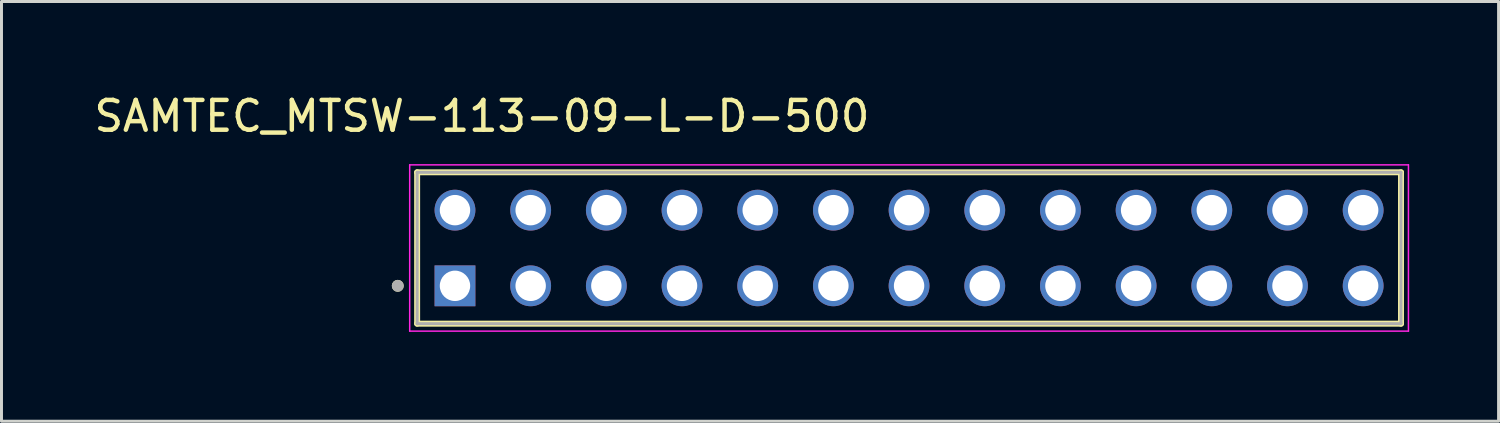
<source format=kicad_pcb>
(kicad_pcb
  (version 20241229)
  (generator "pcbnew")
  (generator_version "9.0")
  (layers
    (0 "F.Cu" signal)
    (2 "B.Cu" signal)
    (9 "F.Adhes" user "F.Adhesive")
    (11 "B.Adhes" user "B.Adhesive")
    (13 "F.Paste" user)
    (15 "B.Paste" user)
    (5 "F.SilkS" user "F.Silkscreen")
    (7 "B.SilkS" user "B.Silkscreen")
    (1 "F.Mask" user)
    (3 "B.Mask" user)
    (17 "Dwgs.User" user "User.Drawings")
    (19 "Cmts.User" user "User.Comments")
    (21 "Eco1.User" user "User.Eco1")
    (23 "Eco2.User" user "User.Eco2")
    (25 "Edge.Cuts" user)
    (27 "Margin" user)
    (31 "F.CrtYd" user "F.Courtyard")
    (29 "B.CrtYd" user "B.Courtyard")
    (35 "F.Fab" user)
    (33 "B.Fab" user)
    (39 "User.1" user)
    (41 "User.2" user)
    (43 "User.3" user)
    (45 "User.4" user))
  (footprint "SAMTEC_MTSW-113-09-L-D-500"
    (layer "F.Cu")
    (at 12.22 6.543)
    (property "Reference" "SAMTEC_MTSW-113-09-L-D-500" (at 0.905 -5.695 0) (layer "F.SilkS") (effects (font (size 1 1) (thickness 0.15))))
    (attr through_hole)
    (fp_line (start -1.27 1.27) (end -1.27 -3.81) (stroke (width 0.2) (type solid)) (layer "F.SilkS"))
    (fp_line (start 31.75 -3.81) (end -1.27 -3.81) (stroke (width 0.2) (type solid)) (layer "F.SilkS"))
    (fp_line (start 31.75 -3.81) (end 31.75 1.27) (stroke (width 0.2) (type solid)) (layer "F.SilkS"))
    (fp_line (start 31.75 1.27) (end -1.27 1.27) (stroke (width 0.2) (type solid)) (layer "F.SilkS"))
    (fp_circle (center -1.92 0) (end -1.82 0) (stroke (width 0.2) (type solid)) (fill no) (layer "F.SilkS"))
    (fp_line (start -1.52 -4.06) (end 32 -4.06) (stroke (width 0.05) (type solid)) (layer "F.CrtYd"))
    (fp_line (start -1.52 1.52) (end -1.52 -4.06) (stroke (width 0.05) (type solid)) (layer "F.CrtYd"))
    (fp_line (start 32 -4.06) (end 32 1.52) (stroke (width 0.05) (type solid)) (layer "F.CrtYd"))
    (fp_line (start 32 1.52) (end -1.52 1.52) (stroke (width 0.05) (type solid)) (layer "F.CrtYd"))
    (fp_line (start -1.27 -3.81) (end 31.75 -3.81) (stroke (width 0.1) (type solid)) (layer "F.Fab"))
    (fp_line (start -1.27 1.27) (end -1.27 -3.81) (stroke (width 0.1) (type solid)) (layer "F.Fab"))
    (fp_line (start 31.75 -3.81) (end 31.75 1.27) (stroke (width 0.1) (type solid)) (layer "F.Fab"))
    (fp_line (start 31.75 1.27) (end -1.27 1.27) (stroke (width 0.1) (type solid)) (layer "F.Fab"))
    (fp_circle (center -1.92 0) (end -1.82 0) (stroke (width 0.2) (type solid)) (fill no) (layer "F.Fab"))
    (pad "01" thru_hole rect (at 0 0) (size 1.37 1.37) (drill 1.02) (layers "*.Cu" "*.Mask"))
    (pad "02" thru_hole circle (at 0 -2.54) (size 1.37 1.37) (drill 1.02) (layers "*.Cu" "*.Mask"))
    (pad "03" thru_hole circle (at 2.54 0) (size 1.37 1.37) (drill 1.02) (layers "*.Cu" "*.Mask"))
    (pad "04" thru_hole circle (at 2.54 -2.54) (size 1.37 1.37) (drill 1.02) (layers "*.Cu" "*.Mask"))
    (pad "05" thru_hole circle (at 5.08 0) (size 1.37 1.37) (drill 1.02) (layers "*.Cu" "*.Mask"))
    (pad "06" thru_hole circle (at 5.08 -2.54) (size 1.37 1.37) (drill 1.02) (layers "*.Cu" "*.Mask"))
    (pad "07" thru_hole circle (at 7.62 0) (size 1.37 1.37) (drill 1.02) (layers "*.Cu" "*.Mask"))
    (pad "08" thru_hole circle (at 7.62 -2.54) (size 1.37 1.37) (drill 1.02) (layers "*.Cu" "*.Mask"))
    (pad "09" thru_hole circle (at 10.16 0) (size 1.37 1.37) (drill 1.02) (layers "*.Cu" "*.Mask"))
    (pad "10" thru_hole circle (at 10.16 -2.54) (size 1.37 1.37) (drill 1.02) (layers "*.Cu" "*.Mask"))
    (pad "11" thru_hole circle (at 12.7 0) (size 1.37 1.37) (drill 1.02) (layers "*.Cu" "*.Mask"))
    (pad "12" thru_hole circle (at 12.7 -2.54) (size 1.37 1.37) (drill 1.02) (layers "*.Cu" "*.Mask"))
    (pad "13" thru_hole circle (at 15.24 0) (size 1.37 1.37) (drill 1.02) (layers "*.Cu" "*.Mask"))
    (pad "14" thru_hole circle (at 15.24 -2.54) (size 1.37 1.37) (drill 1.02) (layers "*.Cu" "*.Mask"))
    (pad "15" thru_hole circle (at 17.78 0) (size 1.37 1.37) (drill 1.02) (layers "*.Cu" "*.Mask"))
    (pad "16" thru_hole circle (at 17.78 -2.54) (size 1.37 1.37) (drill 1.02) (layers "*.Cu" "*.Mask"))
    (pad "17" thru_hole circle (at 20.32 0) (size 1.37 1.37) (drill 1.02) (layers "*.Cu" "*.Mask"))
    (pad "18" thru_hole circle (at 20.32 -2.54) (size 1.37 1.37) (drill 1.02) (layers "*.Cu" "*.Mask"))
    (pad "19" thru_hole circle (at 22.86 0) (size 1.37 1.37) (drill 1.02) (layers "*.Cu" "*.Mask"))
    (pad "20" thru_hole circle (at 22.86 -2.54) (size 1.37 1.37) (drill 1.02) (layers "*.Cu" "*.Mask"))
    (pad "21" thru_hole circle (at 25.4 0) (size 1.37 1.37) (drill 1.02) (layers "*.Cu" "*.Mask"))
    (pad "22" thru_hole circle (at 25.4 -2.54) (size 1.37 1.37) (drill 1.02) (layers "*.Cu" "*.Mask"))
    (pad "23" thru_hole circle (at 27.94 0) (size 1.37 1.37) (drill 1.02) (layers "*.Cu" "*.Mask"))
    (pad "24" thru_hole circle (at 27.94 -2.54) (size 1.37 1.37) (drill 1.02) (layers "*.Cu" "*.Mask"))
    (pad "25" thru_hole circle (at 30.48 0) (size 1.37 1.37) (drill 1.02) (layers "*.Cu" "*.Mask"))
    (pad "26" thru_hole circle (at 30.48 -2.54) (size 1.37 1.37) (drill 1.02) (layers "*.Cu" "*.Mask")))
  (gr_rect
    (start -3 -3)
    (end 47.245 11.088)
    (stroke (width 0.1) (type default))
    (fill no)
    (layer "Edge.Cuts")))
</source>
